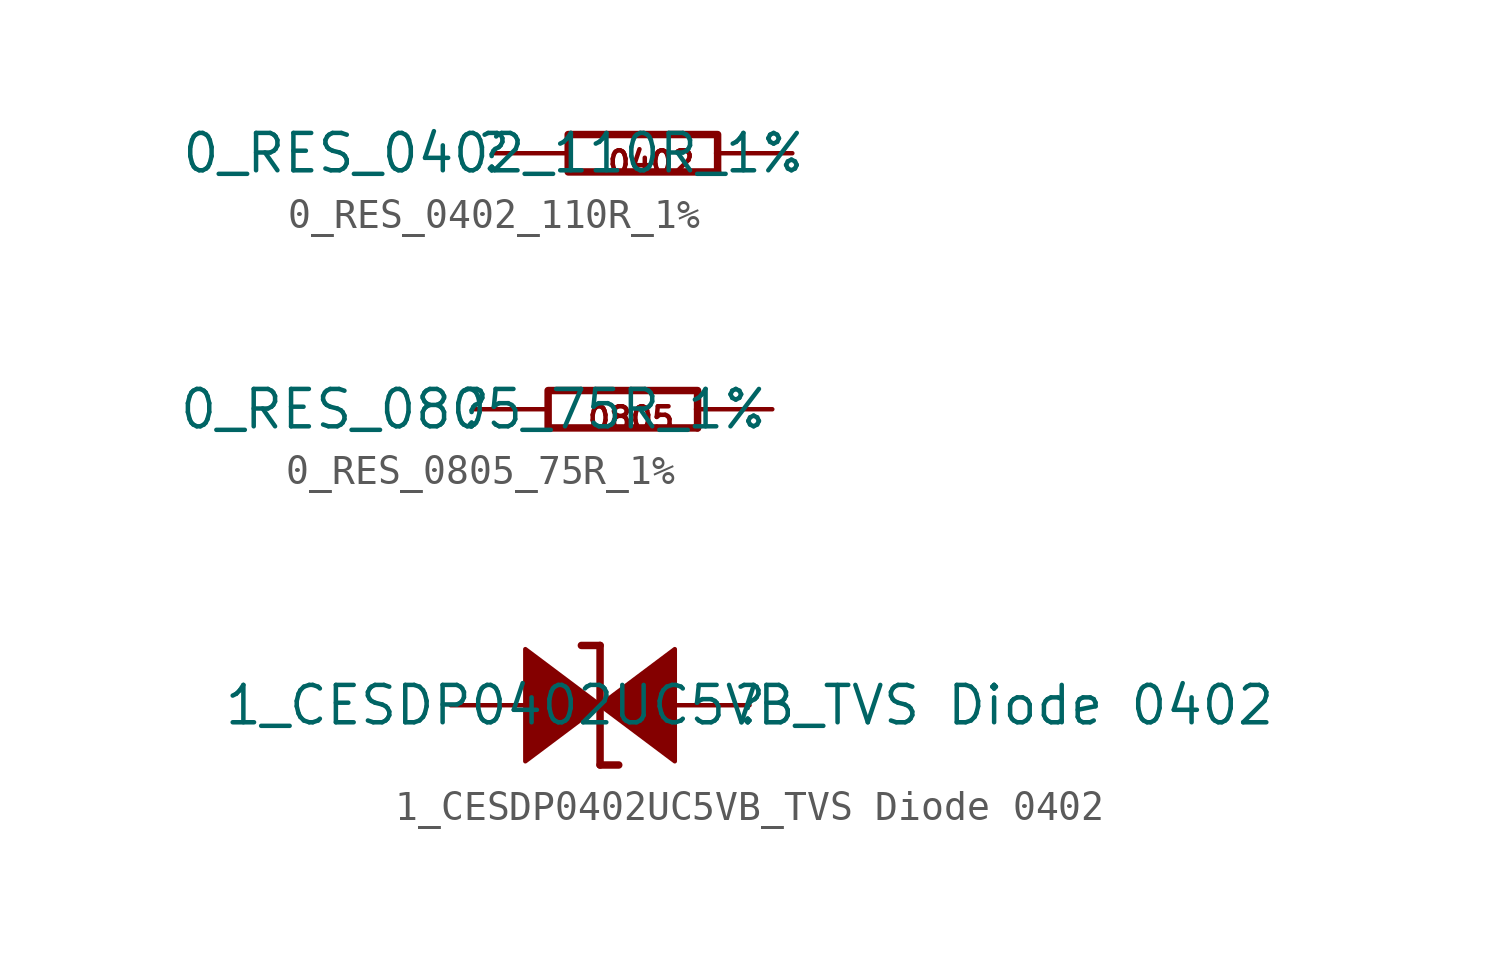
<source format=kicad_sym>
(kicad_symbol_lib
  (version 20211014)
  (generator kicad_symbol_editor)
  (symbol "0_RES_0402_110R_1%"
    (property "Reference" ""
      (at 0 0 0)
      (effects (font (size 1.27 1.27))))
    (property "Value" "0_RES_0402_110R_1%"
      (at 0 0 0)
      (effects (font (size 1.27 1.27))))
    (symbol "0_RES_0402_110R_1%_1_0"
      (polyline (pts (xy 7.62 -0.635) (xy 7.62 0)) (stroke (width 0.254) (type default) (color 0 0 0 0)) (fill (type none)))
      (polyline (pts (xy 7.62 0) (xy 7.62 0.635) (xy 2.54 0.635) (xy 2.54 -0.635) (xy 7.62 -0.635)) (stroke (width 0.254) (type default) (color 0 0 0 0)) (fill (type none)))
      (text "0402" (at 3.81 -0.762 0) (effects (font (size 0.762 0.762)) (justify left bottom)))
      (pin passive line (at 0 0 0) (length 2.54) (name "1" (effects (font (size 0 0)))) (number "1" (effects (font (size 0 0)))))
      (pin passive line (at 10.16 0 180) (length 2.54) (name "2" (effects (font (size 0 0)))) (number "2" (effects (font (size 0 0)))))))
  (symbol "0_RES_0805_75R_1%"
    (property "Reference" ""
      (at 0 0 0)
      (effects (font (size 1.27 1.27))))
    (property "Value" "0_RES_0805_75R_1%"
      (at 0 0 0)
      (effects (font (size 1.27 1.27))))
    (symbol "0_RES_0805_75R_1%_1_0"
      (polyline (pts (xy 7.62 -0.635) (xy 7.62 0)) (stroke (width 0.254) (type default) (color 0 0 0 0)) (fill (type none)))
      (polyline (pts (xy 7.62 0) (xy 7.62 0.635) (xy 2.54 0.635) (xy 2.54 -0.635) (xy 7.62 -0.635)) (stroke (width 0.254) (type default) (color 0 0 0 0)) (fill (type none)))
      (text "0805" (at 3.81 -0.762 0) (effects (font (size 0.762 0.762)) (justify left bottom)))
      (pin passive line (at 0 0 0) (length 2.54) (name "1" (effects (font (size 0 0)))) (number "1" (effects (font (size 0 0)))))
      (pin passive line (at 10.16 0 180) (length 2.54) (name "2" (effects (font (size 0 0)))) (number "2" (effects (font (size 0 0)))))))
  (symbol "1_CESDP0402UC5VB_TVS Diode 0402"
    (property "Reference" ""
      (at 0 0 0)
      (effects (font (size 1.27 1.27))))
    (property "Value" "1_CESDP0402UC5VB_TVS Diode 0402"
      (at 0 0 0)
      (effects (font (size 1.27 1.27))))
    (symbol "1_CESDP0402UC5VB_TVS Diode 0402_1_0"
      (polyline (pts (xy -5.715 2.032) (xy -5.08 2.032)) (stroke (width 0.254) (type default) (color 0 0 0 0)) (fill (type none)))
      (polyline (pts (xy -5.08 -2.032) (xy -5.08 2.032)) (stroke (width 0.254) (type default) (color 0 0 0 0)) (fill (type none)))
      (polyline (pts (xy -5.08 -2.032) (xy -4.445 -2.032)) (stroke (width 0.254) (type default) (color 0 0 0 0)) (fill (type none)))
      (polyline (pts (xy -7.62 -1.905) (xy -7.62 1.905) (xy -5.08 0) (xy -7.62 -1.905)) (stroke (width 0) (type default) (color 0 0 0 0)) (fill (type outline)))
      (polyline (pts (xy -2.54 1.905) (xy -2.54 -1.905) (xy -5.08 0) (xy -2.54 1.905)) (stroke (width 0) (type default) (color 0 0 0 0)) (fill (type outline)))
      (pin passive line (at -10.16 0 0) (length 2.54) (name "1" (effects (font (size 0 0)))) (number "1" (effects (font (size 0 0)))))
      (pin passive line (at 0 0 180) (length 2.54) (name "2" (effects (font (size 0 0)))) (number "2" (effects (font (size 0 0))))))))
</source>
